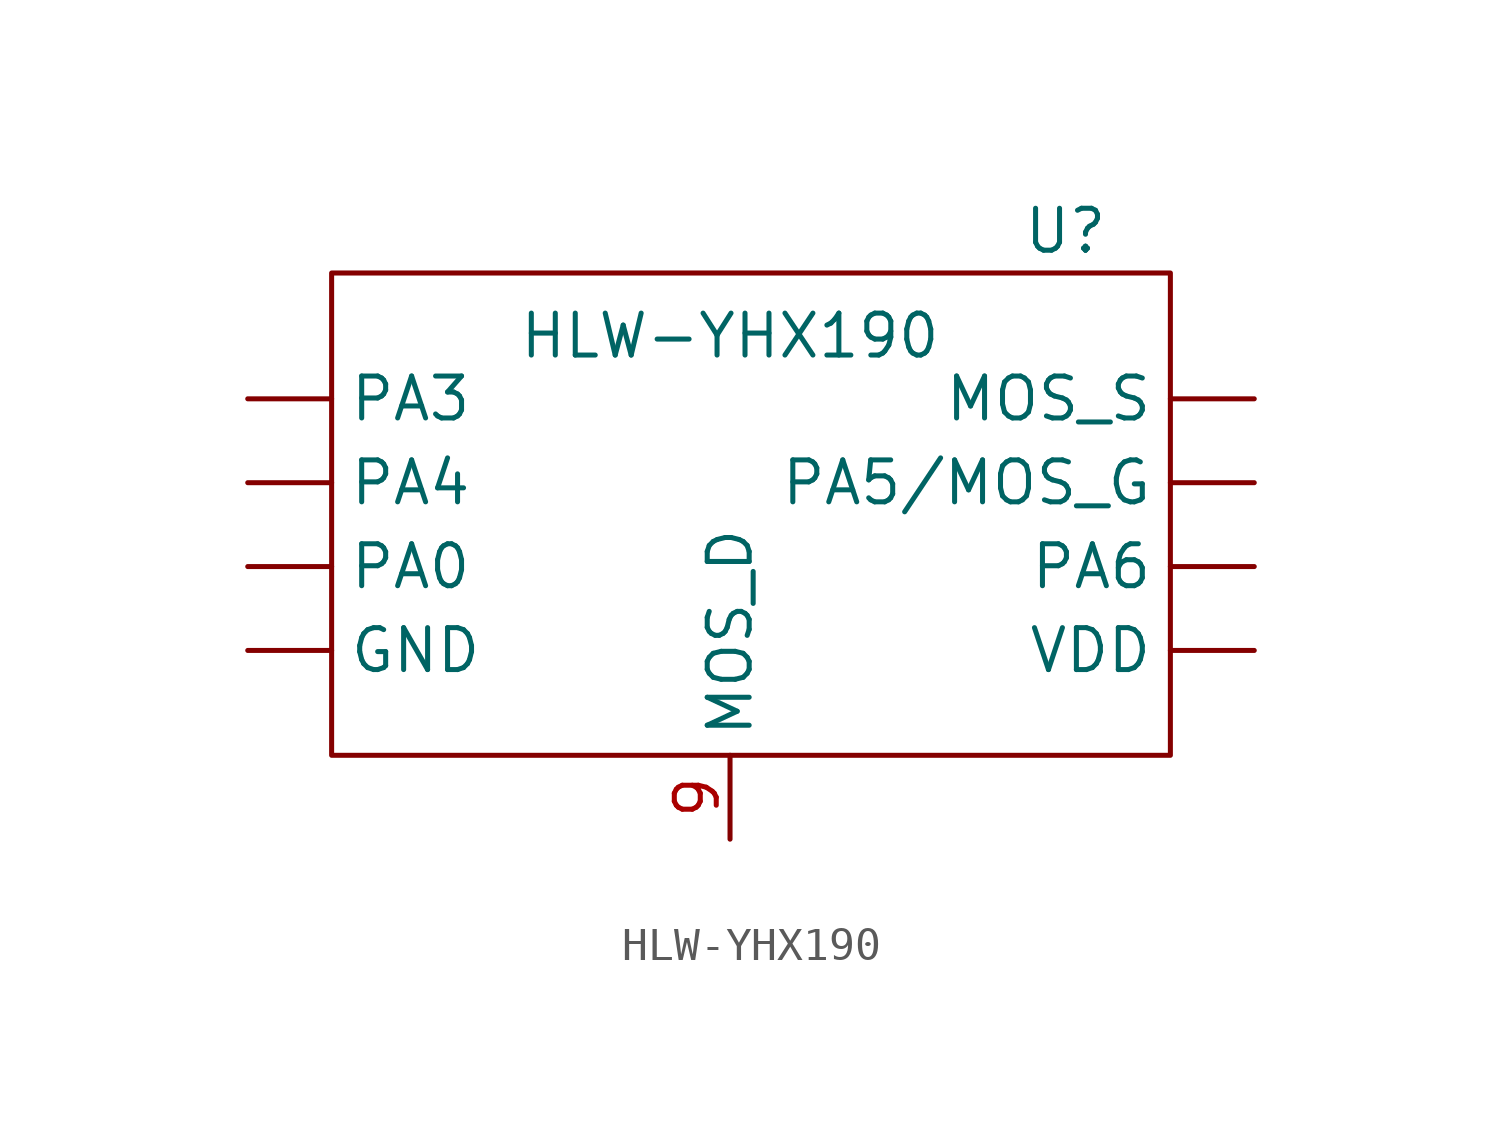
<source format=kicad_sym>
(kicad_symbol_lib
  (version 20211014)
  (generator kicad_symbol_editor)
  (symbol "HLW-YHX190"
    (property "Reference" "U"
      (at 10.16 8.89 0)
      (effects (font (size 1.27 1.27))))
    (property "Value" "HLW-YHX190"
      (at 0 5.715 0)
      (effects (font (size 1.27 1.27))))
    (symbol "HLW-YHX190_0_1"
      (rectangle (start -12.065 -6.985) (end 13.335 7.62) (stroke (width 0) (type default) (color 0 0 0 0)) (fill (type none))))
    (symbol "HLW-YHX190_1_1"
      (pin bidirectional line (at -14.605 -3.81 0) (length 2.54) (name "GND" (effects (font (size 1.27 1.27)))) (number "" (effects (font (size 1.27 1.27)))))
      (pin bidirectional line (at 15.875 3.81 180) (length 2.54) (name "MOS_S" (effects (font (size 1.27 1.27)))) (number "" (effects (font (size 1.27 1.27)))))
      (pin bidirectional line (at -14.605 -1.27 0) (length 2.54) (name "PA0" (effects (font (size 1.27 1.27)))) (number "" (effects (font (size 1.27 1.27)))))
      (pin bidirectional line (at -14.605 3.81 0) (length 2.54) (name "PA3" (effects (font (size 1.27 1.27)))) (number "" (effects (font (size 1.27 1.27)))))
      (pin bidirectional line (at -14.605 1.27 0) (length 2.54) (name "PA4" (effects (font (size 1.27 1.27)))) (number "" (effects (font (size 1.27 1.27)))))
      (pin bidirectional line (at 15.875 1.27 180) (length 2.54) (name "PA5/MOS_G" (effects (font (size 1.27 1.27)))) (number "" (effects (font (size 1.27 1.27)))))
      (pin bidirectional line (at 15.875 -1.27 180) (length 2.54) (name "PA6" (effects (font (size 1.27 1.27)))) (number "" (effects (font (size 1.27 1.27)))))
      (pin power_in line (at 15.875 -3.81 180) (length 2.54) (name "VDD" (effects (font (size 1.27 1.27)))) (number "" (effects (font (size 1.27 1.27)))))
      (pin bidirectional line (at 0 -9.525 90) (length 2.54) (name "MOS_D" (effects (font (size 1.27 1.27)))) (number "9" (effects (font (size 1.27 1.27))))))))
</source>
